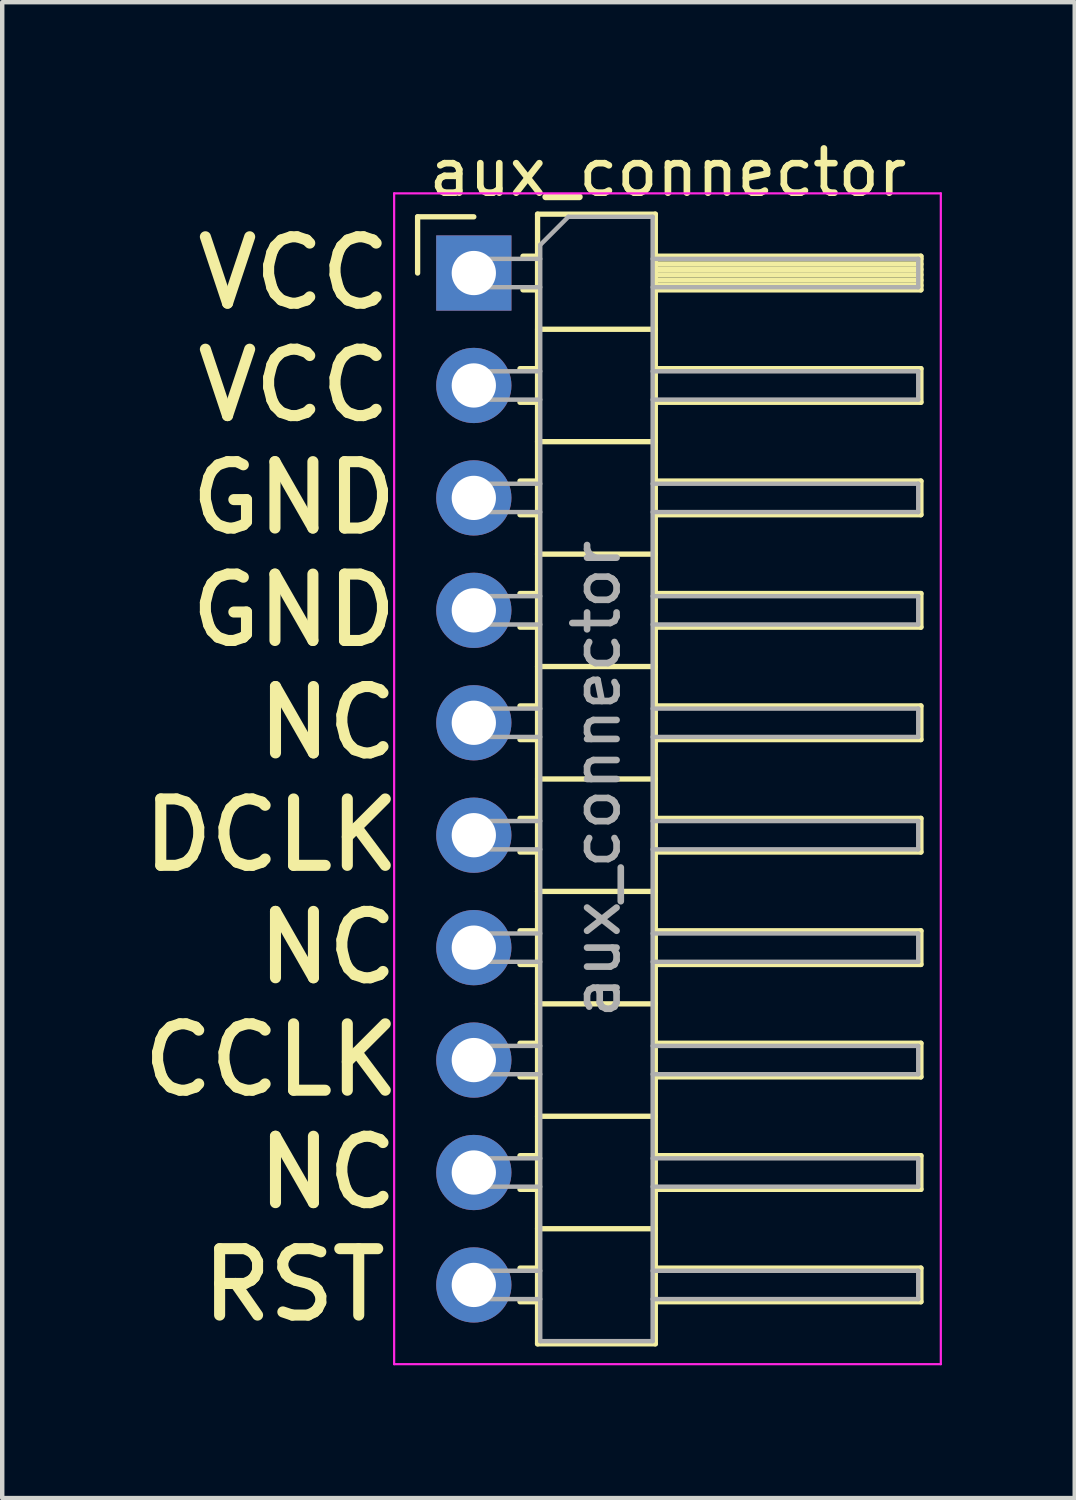
<source format=kicad_pcb>
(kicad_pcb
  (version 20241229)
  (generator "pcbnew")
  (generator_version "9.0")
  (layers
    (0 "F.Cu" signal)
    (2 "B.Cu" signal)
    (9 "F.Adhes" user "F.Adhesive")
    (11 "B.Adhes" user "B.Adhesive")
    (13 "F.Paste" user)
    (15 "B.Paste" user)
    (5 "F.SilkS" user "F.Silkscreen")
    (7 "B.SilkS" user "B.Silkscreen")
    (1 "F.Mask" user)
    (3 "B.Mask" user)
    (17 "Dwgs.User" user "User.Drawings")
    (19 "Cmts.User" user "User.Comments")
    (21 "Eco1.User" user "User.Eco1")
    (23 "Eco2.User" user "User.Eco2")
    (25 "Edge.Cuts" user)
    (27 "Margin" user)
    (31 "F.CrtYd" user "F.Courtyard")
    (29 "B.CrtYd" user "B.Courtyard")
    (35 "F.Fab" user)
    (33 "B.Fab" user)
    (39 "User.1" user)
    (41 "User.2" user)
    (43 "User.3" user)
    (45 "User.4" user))
  (footprint "aux_connector"
    (layer "F.Cu")
    (at 7.654 3.118)
    (property "Reference" "aux_connector" (at 4.385 -2.27 0) (layer "F.SilkS") (effects (font (size 1 1) (thickness 0.15))))
    (attr through_hole)
    (fp_line (start -1.27 -1.27) (end 0 -1.27) (stroke (width 0.12) (type solid)) (layer "F.SilkS"))
    (fp_line (start -1.27 0) (end -1.27 -1.27) (stroke (width 0.12) (type solid)) (layer "F.SilkS"))
    (fp_line (start 1.043 2.16) (end 1.44 2.16) (stroke (width 0.12) (type solid)) (layer "F.SilkS"))
    (fp_line (start 1.043 2.92) (end 1.44 2.92) (stroke (width 0.12) (type solid)) (layer "F.SilkS"))
    (fp_line (start 1.043 4.7) (end 1.44 4.7) (stroke (width 0.12) (type solid)) (layer "F.SilkS"))
    (fp_line (start 1.043 5.46) (end 1.44 5.46) (stroke (width 0.12) (type solid)) (layer "F.SilkS"))
    (fp_line (start 1.043 7.24) (end 1.44 7.24) (stroke (width 0.12) (type solid)) (layer "F.SilkS"))
    (fp_line (start 1.043 8) (end 1.44 8) (stroke (width 0.12) (type solid)) (layer "F.SilkS"))
    (fp_line (start 1.043 9.78) (end 1.44 9.78) (stroke (width 0.12) (type solid)) (layer "F.SilkS"))
    (fp_line (start 1.043 10.54) (end 1.44 10.54) (stroke (width 0.12) (type solid)) (layer "F.SilkS"))
    (fp_line (start 1.043 12.32) (end 1.44 12.32) (stroke (width 0.12) (type solid)) (layer "F.SilkS"))
    (fp_line (start 1.043 13.08) (end 1.44 13.08) (stroke (width 0.12) (type solid)) (layer "F.SilkS"))
    (fp_line (start 1.043 14.86) (end 1.44 14.86) (stroke (width 0.12) (type solid)) (layer "F.SilkS"))
    (fp_line (start 1.043 15.62) (end 1.44 15.62) (stroke (width 0.12) (type solid)) (layer "F.SilkS"))
    (fp_line (start 1.043 17.4) (end 1.44 17.4) (stroke (width 0.12) (type solid)) (layer "F.SilkS"))
    (fp_line (start 1.043 18.16) (end 1.44 18.16) (stroke (width 0.12) (type solid)) (layer "F.SilkS"))
    (fp_line (start 1.043 19.94) (end 1.44 19.94) (stroke (width 0.12) (type solid)) (layer "F.SilkS"))
    (fp_line (start 1.043 20.7) (end 1.44 20.7) (stroke (width 0.12) (type solid)) (layer "F.SilkS"))
    (fp_line (start 1.043 22.48) (end 1.44 22.48) (stroke (width 0.12) (type solid)) (layer "F.SilkS"))
    (fp_line (start 1.043 23.24) (end 1.44 23.24) (stroke (width 0.12) (type solid)) (layer "F.SilkS"))
    (fp_line (start 1.11 -0.38) (end 1.44 -0.38) (stroke (width 0.12) (type solid)) (layer "F.SilkS"))
    (fp_line (start 1.11 0.38) (end 1.44 0.38) (stroke (width 0.12) (type solid)) (layer "F.SilkS"))
    (fp_line (start 1.44 -1.33) (end 1.44 24.19) (stroke (width 0.12) (type solid)) (layer "F.SilkS"))
    (fp_line (start 1.44 1.27) (end 4.1 1.27) (stroke (width 0.12) (type solid)) (layer "F.SilkS"))
    (fp_line (start 1.44 3.81) (end 4.1 3.81) (stroke (width 0.12) (type solid)) (layer "F.SilkS"))
    (fp_line (start 1.44 6.35) (end 4.1 6.35) (stroke (width 0.12) (type solid)) (layer "F.SilkS"))
    (fp_line (start 1.44 8.89) (end 4.1 8.89) (stroke (width 0.12) (type solid)) (layer "F.SilkS"))
    (fp_line (start 1.44 11.43) (end 4.1 11.43) (stroke (width 0.12) (type solid)) (layer "F.SilkS"))
    (fp_line (start 1.44 13.97) (end 4.1 13.97) (stroke (width 0.12) (type solid)) (layer "F.SilkS"))
    (fp_line (start 1.44 16.51) (end 4.1 16.51) (stroke (width 0.12) (type solid)) (layer "F.SilkS"))
    (fp_line (start 1.44 19.05) (end 4.1 19.05) (stroke (width 0.12) (type solid)) (layer "F.SilkS"))
    (fp_line (start 1.44 21.59) (end 4.1 21.59) (stroke (width 0.12) (type solid)) (layer "F.SilkS"))
    (fp_line (start 1.44 24.19) (end 4.1 24.19) (stroke (width 0.12) (type solid)) (layer "F.SilkS"))
    (fp_line (start 4.1 -1.33) (end 1.44 -1.33) (stroke (width 0.12) (type solid)) (layer "F.SilkS"))
    (fp_line (start 4.1 -0.38) (end 10.1 -0.38) (stroke (width 0.12) (type solid)) (layer "F.SilkS"))
    (fp_line (start 4.1 -0.32) (end 10.1 -0.32) (stroke (width 0.12) (type solid)) (layer "F.SilkS"))
    (fp_line (start 4.1 -0.2) (end 10.1 -0.2) (stroke (width 0.12) (type solid)) (layer "F.SilkS"))
    (fp_line (start 4.1 -0.08) (end 10.1 -0.08) (stroke (width 0.12) (type solid)) (layer "F.SilkS"))
    (fp_line (start 4.1 0.04) (end 10.1 0.04) (stroke (width 0.12) (type solid)) (layer "F.SilkS"))
    (fp_line (start 4.1 0.16) (end 10.1 0.16) (stroke (width 0.12) (type solid)) (layer "F.SilkS"))
    (fp_line (start 4.1 0.28) (end 10.1 0.28) (stroke (width 0.12) (type solid)) (layer "F.SilkS"))
    (fp_line (start 4.1 2.16) (end 10.1 2.16) (stroke (width 0.12) (type solid)) (layer "F.SilkS"))
    (fp_line (start 4.1 4.7) (end 10.1 4.7) (stroke (width 0.12) (type solid)) (layer "F.SilkS"))
    (fp_line (start 4.1 7.24) (end 10.1 7.24) (stroke (width 0.12) (type solid)) (layer "F.SilkS"))
    (fp_line (start 4.1 9.78) (end 10.1 9.78) (stroke (width 0.12) (type solid)) (layer "F.SilkS"))
    (fp_line (start 4.1 12.32) (end 10.1 12.32) (stroke (width 0.12) (type solid)) (layer "F.SilkS"))
    (fp_line (start 4.1 14.86) (end 10.1 14.86) (stroke (width 0.12) (type solid)) (layer "F.SilkS"))
    (fp_line (start 4.1 17.4) (end 10.1 17.4) (stroke (width 0.12) (type solid)) (layer "F.SilkS"))
    (fp_line (start 4.1 19.94) (end 10.1 19.94) (stroke (width 0.12) (type solid)) (layer "F.SilkS"))
    (fp_line (start 4.1 22.48) (end 10.1 22.48) (stroke (width 0.12) (type solid)) (layer "F.SilkS"))
    (fp_line (start 4.1 24.19) (end 4.1 -1.33) (stroke (width 0.12) (type solid)) (layer "F.SilkS"))
    (fp_line (start 10.1 -0.38) (end 10.1 0.38) (stroke (width 0.12) (type solid)) (layer "F.SilkS"))
    (fp_line (start 10.1 0.38) (end 4.1 0.38) (stroke (width 0.12) (type solid)) (layer "F.SilkS"))
    (fp_line (start 10.1 2.16) (end 10.1 2.92) (stroke (width 0.12) (type solid)) (layer "F.SilkS"))
    (fp_line (start 10.1 2.92) (end 4.1 2.92) (stroke (width 0.12) (type solid)) (layer "F.SilkS"))
    (fp_line (start 10.1 4.7) (end 10.1 5.46) (stroke (width 0.12) (type solid)) (layer "F.SilkS"))
    (fp_line (start 10.1 5.46) (end 4.1 5.46) (stroke (width 0.12) (type solid)) (layer "F.SilkS"))
    (fp_line (start 10.1 7.24) (end 10.1 8) (stroke (width 0.12) (type solid)) (layer "F.SilkS"))
    (fp_line (start 10.1 8) (end 4.1 8) (stroke (width 0.12) (type solid)) (layer "F.SilkS"))
    (fp_line (start 10.1 9.78) (end 10.1 10.54) (stroke (width 0.12) (type solid)) (layer "F.SilkS"))
    (fp_line (start 10.1 10.54) (end 4.1 10.54) (stroke (width 0.12) (type solid)) (layer "F.SilkS"))
    (fp_line (start 10.1 12.32) (end 10.1 13.08) (stroke (width 0.12) (type solid)) (layer "F.SilkS"))
    (fp_line (start 10.1 13.08) (end 4.1 13.08) (stroke (width 0.12) (type solid)) (layer "F.SilkS"))
    (fp_line (start 10.1 14.86) (end 10.1 15.62) (stroke (width 0.12) (type solid)) (layer "F.SilkS"))
    (fp_line (start 10.1 15.62) (end 4.1 15.62) (stroke (width 0.12) (type solid)) (layer "F.SilkS"))
    (fp_line (start 10.1 17.4) (end 10.1 18.16) (stroke (width 0.12) (type solid)) (layer "F.SilkS"))
    (fp_line (start 10.1 18.16) (end 4.1 18.16) (stroke (width 0.12) (type solid)) (layer "F.SilkS"))
    (fp_line (start 10.1 19.94) (end 10.1 20.7) (stroke (width 0.12) (type solid)) (layer "F.SilkS"))
    (fp_line (start 10.1 20.7) (end 4.1 20.7) (stroke (width 0.12) (type solid)) (layer "F.SilkS"))
    (fp_line (start 10.1 22.48) (end 10.1 23.24) (stroke (width 0.12) (type solid)) (layer "F.SilkS"))
    (fp_line (start 10.1 23.24) (end 4.1 23.24) (stroke (width 0.12) (type solid)) (layer "F.SilkS"))
    (fp_line (start -1.8 -1.8) (end -1.8 24.65) (stroke (width 0.05) (type solid)) (layer "F.CrtYd"))
    (fp_line (start -1.8 24.65) (end 10.55 24.65) (stroke (width 0.05) (type solid)) (layer "F.CrtYd"))
    (fp_line (start 10.55 -1.8) (end -1.8 -1.8) (stroke (width 0.05) (type solid)) (layer "F.CrtYd"))
    (fp_line (start 10.55 24.65) (end 10.55 -1.8) (stroke (width 0.05) (type solid)) (layer "F.CrtYd"))
    (fp_line (start -0.32 -0.32) (end -0.32 0.32) (stroke (width 0.1) (type solid)) (layer "F.Fab"))
    (fp_line (start -0.32 -0.32) (end 1.5 -0.32) (stroke (width 0.1) (type solid)) (layer "F.Fab"))
    (fp_line (start -0.32 0.32) (end 1.5 0.32) (stroke (width 0.1) (type solid)) (layer "F.Fab"))
    (fp_line (start -0.32 2.22) (end -0.32 2.86) (stroke (width 0.1) (type solid)) (layer "F.Fab"))
    (fp_line (start -0.32 2.22) (end 1.5 2.22) (stroke (width 0.1) (type solid)) (layer "F.Fab"))
    (fp_line (start -0.32 2.86) (end 1.5 2.86) (stroke (width 0.1) (type solid)) (layer "F.Fab"))
    (fp_line (start -0.32 4.76) (end -0.32 5.4) (stroke (width 0.1) (type solid)) (layer "F.Fab"))
    (fp_line (start -0.32 4.76) (end 1.5 4.76) (stroke (width 0.1) (type solid)) (layer "F.Fab"))
    (fp_line (start -0.32 5.4) (end 1.5 5.4) (stroke (width 0.1) (type solid)) (layer "F.Fab"))
    (fp_line (start -0.32 7.3) (end -0.32 7.94) (stroke (width 0.1) (type solid)) (layer "F.Fab"))
    (fp_line (start -0.32 7.3) (end 1.5 7.3) (stroke (width 0.1) (type solid)) (layer "F.Fab"))
    (fp_line (start -0.32 7.94) (end 1.5 7.94) (stroke (width 0.1) (type solid)) (layer "F.Fab"))
    (fp_line (start -0.32 9.84) (end -0.32 10.48) (stroke (width 0.1) (type solid)) (layer "F.Fab"))
    (fp_line (start -0.32 9.84) (end 1.5 9.84) (stroke (width 0.1) (type solid)) (layer "F.Fab"))
    (fp_line (start -0.32 10.48) (end 1.5 10.48) (stroke (width 0.1) (type solid)) (layer "F.Fab"))
    (fp_line (start -0.32 12.38) (end -0.32 13.02) (stroke (width 0.1) (type solid)) (layer "F.Fab"))
    (fp_line (start -0.32 12.38) (end 1.5 12.38) (stroke (width 0.1) (type solid)) (layer "F.Fab"))
    (fp_line (start -0.32 13.02) (end 1.5 13.02) (stroke (width 0.1) (type solid)) (layer "F.Fab"))
    (fp_line (start -0.32 14.92) (end -0.32 15.56) (stroke (width 0.1) (type solid)) (layer "F.Fab"))
    (fp_line (start -0.32 14.92) (end 1.5 14.92) (stroke (width 0.1) (type solid)) (layer "F.Fab"))
    (fp_line (start -0.32 15.56) (end 1.5 15.56) (stroke (width 0.1) (type solid)) (layer "F.Fab"))
    (fp_line (start -0.32 17.46) (end -0.32 18.1) (stroke (width 0.1) (type solid)) (layer "F.Fab"))
    (fp_line (start -0.32 17.46) (end 1.5 17.46) (stroke (width 0.1) (type solid)) (layer "F.Fab"))
    (fp_line (start -0.32 18.1) (end 1.5 18.1) (stroke (width 0.1) (type solid)) (layer "F.Fab"))
    (fp_line (start -0.32 20) (end -0.32 20.64) (stroke (width 0.1) (type solid)) (layer "F.Fab"))
    (fp_line (start -0.32 20) (end 1.5 20) (stroke (width 0.1) (type solid)) (layer "F.Fab"))
    (fp_line (start -0.32 20.64) (end 1.5 20.64) (stroke (width 0.1) (type solid)) (layer "F.Fab"))
    (fp_line (start -0.32 22.54) (end -0.32 23.18) (stroke (width 0.1) (type solid)) (layer "F.Fab"))
    (fp_line (start -0.32 22.54) (end 1.5 22.54) (stroke (width 0.1) (type solid)) (layer "F.Fab"))
    (fp_line (start -0.32 23.18) (end 1.5 23.18) (stroke (width 0.1) (type solid)) (layer "F.Fab"))
    (fp_line (start 1.5 -0.635) (end 2.135 -1.27) (stroke (width 0.1) (type solid)) (layer "F.Fab"))
    (fp_line (start 1.5 24.13) (end 1.5 -0.635) (stroke (width 0.1) (type solid)) (layer "F.Fab"))
    (fp_line (start 2.135 -1.27) (end 4.04 -1.27) (stroke (width 0.1) (type solid)) (layer "F.Fab"))
    (fp_line (start 4.04 -1.27) (end 4.04 24.13) (stroke (width 0.1) (type solid)) (layer "F.Fab"))
    (fp_line (start 4.04 -0.32) (end 10.04 -0.32) (stroke (width 0.1) (type solid)) (layer "F.Fab"))
    (fp_line (start 4.04 0.32) (end 10.04 0.32) (stroke (width 0.1) (type solid)) (layer "F.Fab"))
    (fp_line (start 4.04 2.22) (end 10.04 2.22) (stroke (width 0.1) (type solid)) (layer "F.Fab"))
    (fp_line (start 4.04 2.86) (end 10.04 2.86) (stroke (width 0.1) (type solid)) (layer "F.Fab"))
    (fp_line (start 4.04 4.76) (end 10.04 4.76) (stroke (width 0.1) (type solid)) (layer "F.Fab"))
    (fp_line (start 4.04 5.4) (end 10.04 5.4) (stroke (width 0.1) (type solid)) (layer "F.Fab"))
    (fp_line (start 4.04 7.3) (end 10.04 7.3) (stroke (width 0.1) (type solid)) (layer "F.Fab"))
    (fp_line (start 4.04 7.94) (end 10.04 7.94) (stroke (width 0.1) (type solid)) (layer "F.Fab"))
    (fp_line (start 4.04 9.84) (end 10.04 9.84) (stroke (width 0.1) (type solid)) (layer "F.Fab"))
    (fp_line (start 4.04 10.48) (end 10.04 10.48) (stroke (width 0.1) (type solid)) (layer "F.Fab"))
    (fp_line (start 4.04 12.38) (end 10.04 12.38) (stroke (width 0.1) (type solid)) (layer "F.Fab"))
    (fp_line (start 4.04 13.02) (end 10.04 13.02) (stroke (width 0.1) (type solid)) (layer "F.Fab"))
    (fp_line (start 4.04 14.92) (end 10.04 14.92) (stroke (width 0.1) (type solid)) (layer "F.Fab"))
    (fp_line (start 4.04 15.56) (end 10.04 15.56) (stroke (width 0.1) (type solid)) (layer "F.Fab"))
    (fp_line (start 4.04 17.46) (end 10.04 17.46) (stroke (width 0.1) (type solid)) (layer "F.Fab"))
    (fp_line (start 4.04 18.1) (end 10.04 18.1) (stroke (width 0.1) (type solid)) (layer "F.Fab"))
    (fp_line (start 4.04 20) (end 10.04 20) (stroke (width 0.1) (type solid)) (layer "F.Fab"))
    (fp_line (start 4.04 20.64) (end 10.04 20.64) (stroke (width 0.1) (type solid)) (layer "F.Fab"))
    (fp_line (start 4.04 22.54) (end 10.04 22.54) (stroke (width 0.1) (type solid)) (layer "F.Fab"))
    (fp_line (start 4.04 23.18) (end 10.04 23.18) (stroke (width 0.1) (type solid)) (layer "F.Fab"))
    (fp_line (start 4.04 24.13) (end 1.5 24.13) (stroke (width 0.1) (type solid)) (layer "F.Fab"))
    (fp_line (start 10.04 -0.32) (end 10.04 0.32) (stroke (width 0.1) (type solid)) (layer "F.Fab"))
    (fp_line (start 10.04 2.22) (end 10.04 2.86) (stroke (width 0.1) (type solid)) (layer "F.Fab"))
    (fp_line (start 10.04 4.76) (end 10.04 5.4) (stroke (width 0.1) (type solid)) (layer "F.Fab"))
    (fp_line (start 10.04 7.3) (end 10.04 7.94) (stroke (width 0.1) (type solid)) (layer "F.Fab"))
    (fp_line (start 10.04 9.84) (end 10.04 10.48) (stroke (width 0.1) (type solid)) (layer "F.Fab"))
    (fp_line (start 10.04 12.38) (end 10.04 13.02) (stroke (width 0.1) (type solid)) (layer "F.Fab"))
    (fp_line (start 10.04 14.92) (end 10.04 15.56) (stroke (width 0.1) (type solid)) (layer "F.Fab"))
    (fp_line (start 10.04 17.46) (end 10.04 18.1) (stroke (width 0.1) (type solid)) (layer "F.Fab"))
    (fp_line (start 10.04 20) (end 10.04 20.64) (stroke (width 0.1) (type solid)) (layer "F.Fab"))
    (fp_line (start 10.04 22.54) (end 10.04 23.18) (stroke (width 0.1) (type solid)) (layer "F.Fab"))
    (fp_text user "CCLK" (at -4.572 17.78 0) (layer "F.SilkS") (effects (font (size 1.5 1.5) (thickness 0.25))))
    (fp_text user "GND" (at -4.064 5.08 0) (layer "F.SilkS") (effects (font (size 1.5 1.5) (thickness 0.25))))
    (fp_text user "VCC" (at -4.064 0 0) (layer "F.SilkS") (effects (font (size 1.5 1.5) (thickness 0.25))))
    (fp_text user "DCLK" (at -4.572 12.7 0) (layer "F.SilkS") (effects (font (size 1.5 1.5) (thickness 0.25))))
    (fp_text user "NC" (at -3.302 20.32 0) (layer "F.SilkS") (effects (font (size 1.5 1.5) (thickness 0.25))))
    (fp_text user "NC" (at -3.302 15.24 0) (layer "F.SilkS") (effects (font (size 1.5 1.5) (thickness 0.25))))
    (fp_text user "RST" (at -4.064 22.86 0) (layer "F.SilkS") (effects (font (size 1.5 1.5) (thickness 0.25))))
    (fp_text user "GND" (at -4.064 7.62 0) (layer "F.SilkS") (effects (font (size 1.5 1.5) (thickness 0.25))))
    (fp_text user "VCC" (at -4.064 2.54 0) (layer "F.SilkS") (effects (font (size 1.5 1.5) (thickness 0.25))))
    (fp_text user "NC" (at -3.302 10.16 0) (layer "F.SilkS") (effects (font (size 1.5 1.5) (thickness 0.25))))
    (fp_text user "${REFERENCE}" (at 2.77 11.43 90) (layer "F.Fab") (effects (font (size 1 1) (thickness 0.15))))
    (pad "1" thru_hole rect (at 0 0) (size 1.7 1.7) (drill 1) (layers "*.Cu" "*.Mask"))
    (pad "2" thru_hole oval (at 0 2.54) (size 1.7 1.7) (drill 1) (layers "*.Cu" "*.Mask"))
    (pad "3" thru_hole oval (at 0 5.08) (size 1.7 1.7) (drill 1) (layers "*.Cu" "*.Mask"))
    (pad "4" thru_hole oval (at 0 7.62) (size 1.7 1.7) (drill 1) (layers "*.Cu" "*.Mask"))
    (pad "5" thru_hole oval (at 0 10.16) (size 1.7 1.7) (drill 1) (layers "*.Cu" "*.Mask"))
    (pad "6" thru_hole oval (at 0 12.7) (size 1.7 1.7) (drill 1) (layers "*.Cu" "*.Mask"))
    (pad "7" thru_hole oval (at 0 15.24) (size 1.7 1.7) (drill 1) (layers "*.Cu" "*.Mask"))
    (pad "8" thru_hole oval (at 0 17.78) (size 1.7 1.7) (drill 1) (layers "*.Cu" "*.Mask"))
    (pad "9" thru_hole oval (at 0 20.32) (size 1.7 1.7) (drill 1) (layers "*.Cu" "*.Mask"))
    (pad "10" thru_hole oval (at 0 22.86) (size 1.7 1.7) (drill 1) (layers "*.Cu" "*.Mask")))
  (gr_rect
    (start -3 -3)
    (end 21.229 30.793)
    (stroke (width 0.1) (type default))
    (fill no)
    (layer "Edge.Cuts")))
</source>
